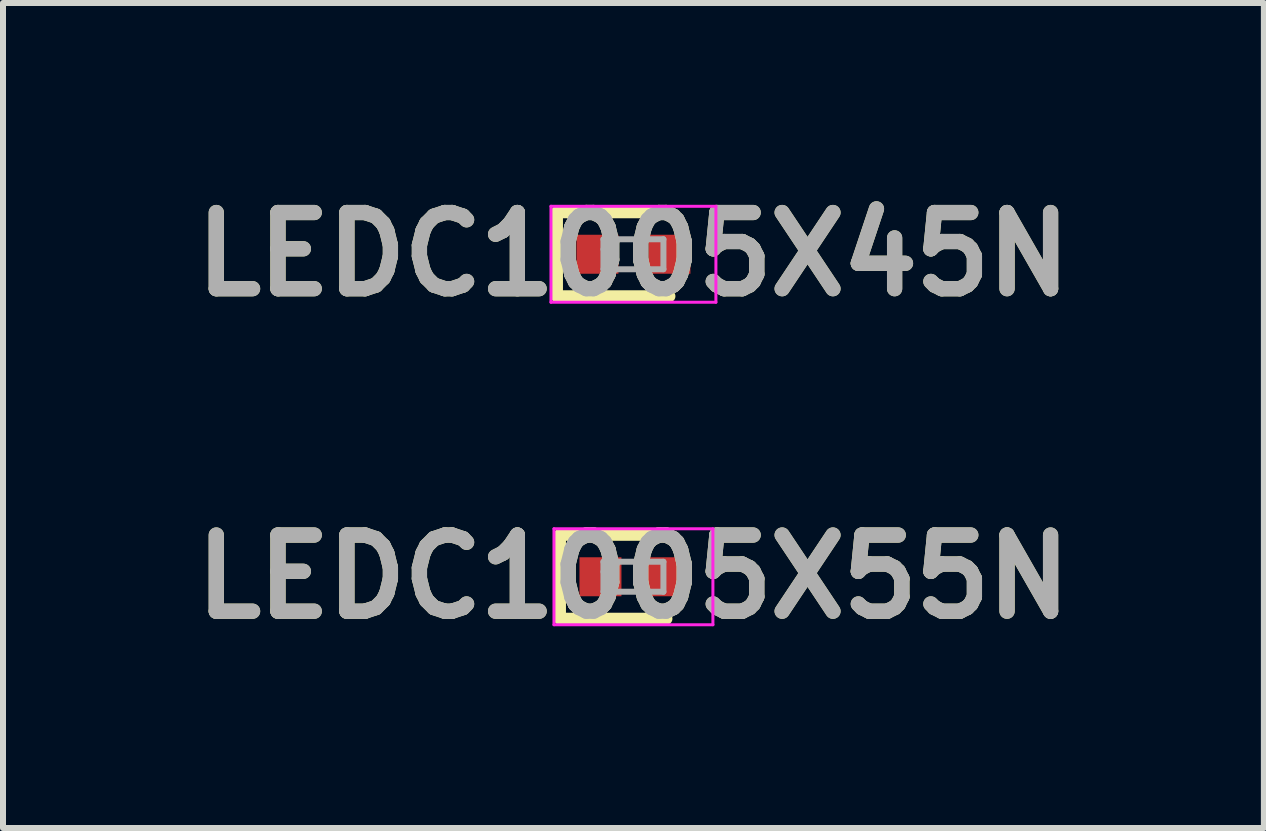
<source format=kicad_pcb>
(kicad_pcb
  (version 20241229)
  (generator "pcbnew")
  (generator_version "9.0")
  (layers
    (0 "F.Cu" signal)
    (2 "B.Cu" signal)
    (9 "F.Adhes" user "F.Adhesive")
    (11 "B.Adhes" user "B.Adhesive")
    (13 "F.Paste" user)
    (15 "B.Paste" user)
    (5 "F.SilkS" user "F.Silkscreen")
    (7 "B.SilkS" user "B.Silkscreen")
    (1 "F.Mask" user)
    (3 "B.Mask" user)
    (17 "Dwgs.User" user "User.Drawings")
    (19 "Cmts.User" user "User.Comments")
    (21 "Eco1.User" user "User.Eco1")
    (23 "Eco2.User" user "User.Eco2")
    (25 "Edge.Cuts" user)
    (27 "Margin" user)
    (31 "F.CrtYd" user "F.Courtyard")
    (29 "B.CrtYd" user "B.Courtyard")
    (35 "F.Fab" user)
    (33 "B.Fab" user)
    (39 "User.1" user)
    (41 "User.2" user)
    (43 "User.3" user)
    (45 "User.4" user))
  (footprint "LEDC1005X55N"
    (layer "F.Cu")
    (at 7.511 6.566)
    (property "Reference" "LEDC1005X55N" (at 0 0 0) (layer "F.SilkS") (effects (font (size 1.27 1.27) (thickness 0.254))))
    (attr smd)
    (fp_line (start -1.225 -0.7) (end -1.225 0.7) (stroke (width 0.2) (type solid)) (layer "F.SilkS"))
    (fp_line (start -1.225 0.7) (end 0.55 0.7) (stroke (width 0.2) (type solid)) (layer "F.SilkS"))
    (fp_line (start 0.55 -0.7) (end -1.225 -0.7) (stroke (width 0.2) (type solid)) (layer "F.SilkS"))
    (fp_line (start -1.325 -0.8) (end 1.325 -0.8) (stroke (width 0.05) (type solid)) (layer "F.CrtYd"))
    (fp_line (start -1.325 0.8) (end -1.325 -0.8) (stroke (width 0.05) (type solid)) (layer "F.CrtYd"))
    (fp_line (start 1.325 -0.8) (end 1.325 0.8) (stroke (width 0.05) (type solid)) (layer "F.CrtYd"))
    (fp_line (start 1.325 0.8) (end -1.325 0.8) (stroke (width 0.05) (type solid)) (layer "F.CrtYd"))
    (fp_line (start -0.5 -0.25) (end 0.5 -0.25) (stroke (width 0.1) (type solid)) (layer "F.Fab"))
    (fp_line (start -0.5 -0.083) (end -0.333 -0.25) (stroke (width 0.1) (type solid)) (layer "F.Fab"))
    (fp_line (start -0.5 0.25) (end -0.5 -0.25) (stroke (width 0.1) (type solid)) (layer "F.Fab"))
    (fp_line (start 0.5 -0.25) (end 0.5 0.25) (stroke (width 0.1) (type solid)) (layer "F.Fab"))
    (fp_line (start 0.5 0.25) (end -0.5 0.25) (stroke (width 0.1) (type solid)) (layer "F.Fab"))
    (fp_text user "${REFERENCE}" (at 0 0 0) (layer "F.Fab") (effects (font (size 1.27 1.27) (thickness 0.254))))
    (pad "1" smd rect (at -0.55 0 90) (size 0.65 0.7) (layers "F.Cu" "F.Mask" "F.Paste"))
    (pad "2" smd rect (at 0.55 0 90) (size 0.65 0.7) (layers "F.Cu" "F.Mask" "F.Paste")))
  (footprint "LEDC1005X45N"
    (layer "F.Cu")
    (at 7.511 1.189)
    (property "Reference" "LEDC1005X45N" (at 0 0 0) (layer "F.SilkS") (effects (font (size 1.27 1.27) (thickness 0.254))))
    (attr smd)
    (fp_line (start -1.275 -0.7) (end -1.275 0.7) (stroke (width 0.2) (type solid)) (layer "F.SilkS"))
    (fp_line (start -1.275 0.7) (end 0.6 0.7) (stroke (width 0.2) (type solid)) (layer "F.SilkS"))
    (fp_line (start 0.6 -0.7) (end -1.275 -0.7) (stroke (width 0.2) (type solid)) (layer "F.SilkS"))
    (fp_line (start -1.375 -0.8) (end 1.375 -0.8) (stroke (width 0.05) (type solid)) (layer "F.CrtYd"))
    (fp_line (start -1.375 0.8) (end -1.375 -0.8) (stroke (width 0.05) (type solid)) (layer "F.CrtYd"))
    (fp_line (start 1.375 -0.8) (end 1.375 0.8) (stroke (width 0.05) (type solid)) (layer "F.CrtYd"))
    (fp_line (start 1.375 0.8) (end -1.375 0.8) (stroke (width 0.05) (type solid)) (layer "F.CrtYd"))
    (fp_line (start -0.5 -0.25) (end 0.5 -0.25) (stroke (width 0.1) (type solid)) (layer "F.Fab"))
    (fp_line (start -0.5 -0.083) (end -0.333 -0.25) (stroke (width 0.1) (type solid)) (layer "F.Fab"))
    (fp_line (start -0.5 0.25) (end -0.5 -0.25) (stroke (width 0.1) (type solid)) (layer "F.Fab"))
    (fp_line (start 0.5 -0.25) (end 0.5 0.25) (stroke (width 0.1) (type solid)) (layer "F.Fab"))
    (fp_line (start 0.5 0.25) (end -0.5 0.25) (stroke (width 0.1) (type solid)) (layer "F.Fab"))
    (fp_text user "${REFERENCE}" (at 0 0 0) (layer "F.Fab") (effects (font (size 1.27 1.27) (thickness 0.254))))
    (pad "1" smd rect (at -0.6 0 90) (size 0.65 0.7) (layers "F.Cu" "F.Mask" "F.Paste"))
    (pad "2" smd rect (at 0.6 0 90) (size 0.65 0.7) (layers "F.Cu" "F.Mask" "F.Paste")))
  (gr_rect
    (start -3 -3)
    (end 18.022 10.755)
    (stroke (width 0.1) (type default))
    (fill no)
    (layer "Edge.Cuts")))
</source>
